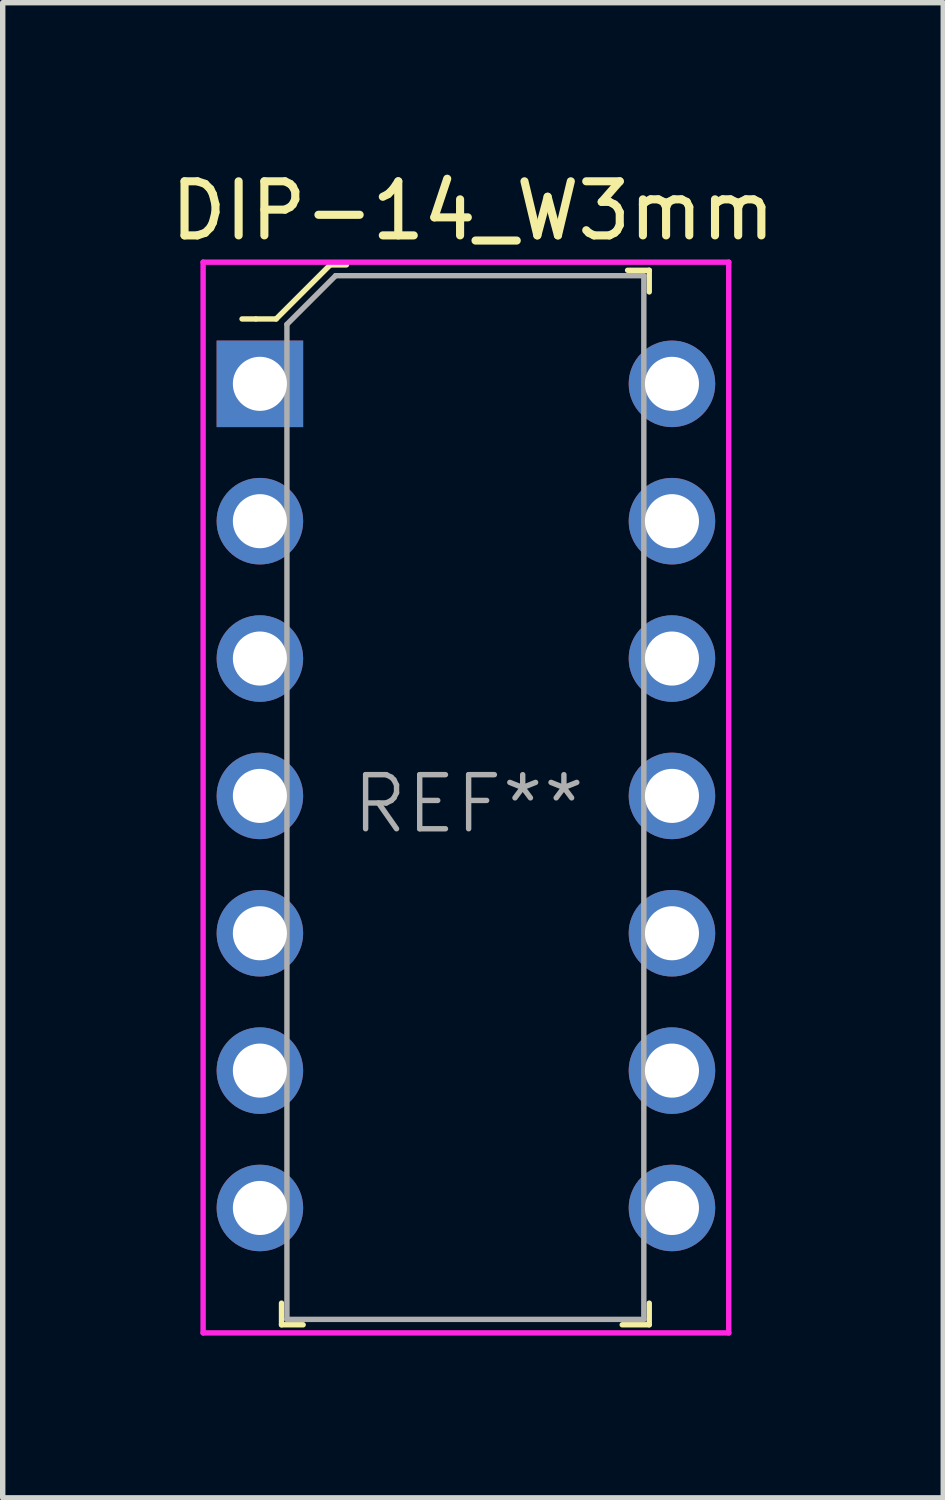
<source format=kicad_pcb>
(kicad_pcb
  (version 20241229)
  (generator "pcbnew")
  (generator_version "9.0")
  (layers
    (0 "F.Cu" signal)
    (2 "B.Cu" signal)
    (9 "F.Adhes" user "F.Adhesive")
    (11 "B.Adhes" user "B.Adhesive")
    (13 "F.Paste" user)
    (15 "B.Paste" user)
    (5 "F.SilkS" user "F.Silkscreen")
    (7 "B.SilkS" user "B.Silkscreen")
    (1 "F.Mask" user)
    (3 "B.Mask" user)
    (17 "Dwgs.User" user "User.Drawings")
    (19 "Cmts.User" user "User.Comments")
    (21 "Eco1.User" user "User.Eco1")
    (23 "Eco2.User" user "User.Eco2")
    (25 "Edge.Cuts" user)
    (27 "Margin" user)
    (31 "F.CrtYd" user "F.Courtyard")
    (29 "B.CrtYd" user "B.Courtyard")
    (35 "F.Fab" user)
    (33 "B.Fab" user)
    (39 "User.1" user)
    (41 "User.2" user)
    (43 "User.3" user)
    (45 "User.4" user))
  (footprint "DIP-14_W3mm"
    (layer "F.Cu")
    (at 1.756 4.048)
    (property "Reference" "DIP-14_W3mm" (at 3.94 -3.2 0) (layer "F.SilkS") (effects (font (size 1 1) (thickness 0.15))))
    (attr through_hole)
    (fp_line (start -0.08 -1.2) (end -0.33 -1.2) (stroke (width 0.1) (type solid)) (layer "F.SilkS"))
    (fp_line (start 0.3 -1.2) (end -0.07 -1.2) (stroke (width 0.1) (type solid)) (layer "F.SilkS"))
    (fp_line (start 0.4 17) (end 0.4 17.4) (stroke (width 0.1) (type solid)) (layer "F.SilkS"))
    (fp_line (start 0.4 17.4) (end 0.8 17.4) (stroke (width 0.1) (type solid)) (layer "F.SilkS"))
    (fp_line (start 1.3 -2.2) (end 0.3 -1.2) (stroke (width 0.1) (type solid)) (layer "F.SilkS"))
    (fp_line (start 1.6 -2.2) (end 1.3 -2.2) (stroke (width 0.1) (type solid)) (layer "F.SilkS"))
    (fp_line (start 6.7 17.4) (end 7.2 17.4) (stroke (width 0.1) (type solid)) (layer "F.SilkS"))
    (fp_line (start 7.2 -2.1) (end 6.8 -2.1) (stroke (width 0.1) (type solid)) (layer "F.SilkS"))
    (fp_line (start 7.2 -1.7) (end 7.2 -2.1) (stroke (width 0.1) (type solid)) (layer "F.SilkS"))
    (fp_line (start 7.2 17.4) (end 7.2 17) (stroke (width 0.1) (type solid)) (layer "F.SilkS"))
    (fp_line (start -1.05 -2.25) (end -1.05 17.55) (stroke (width 0.1) (type solid)) (layer "F.CrtYd"))
    (fp_line (start -1.05 -2.25) (end 8.67 -2.25) (stroke (width 0.1) (type solid)) (layer "F.CrtYd"))
    (fp_line (start -1.05 17.55) (end 8.67 17.55) (stroke (width 0.1) (type solid)) (layer "F.CrtYd"))
    (fp_line (start 8.67 17.55) (end 8.67 -2.25) (stroke (width 0.1) (type solid)) (layer "F.CrtYd"))
    (fp_line (start 0.5 -1.1) (end 0.5 17.3) (stroke (width 0.1) (type solid)) (layer "F.Fab"))
    (fp_line (start 0.5 -1.1) (end 1.4 -2) (stroke (width 0.1) (type solid)) (layer "F.Fab"))
    (fp_line (start 0.5 17.3) (end 7.1 17.3) (stroke (width 0.1) (type solid)) (layer "F.Fab"))
    (fp_line (start 1.4 -2) (end 7.1 -2) (stroke (width 0.1) (type solid)) (layer "F.Fab"))
    (fp_line (start 7.1 -2) (end 7.1 17.3) (stroke (width 0.1) (type solid)) (layer "F.Fab"))
    (fp_text user "REF**" (at 3.86 7.77 0) (layer "F.Fab") (effects (font (size 1 1) (thickness 0.1))))
    (pad "1" thru_hole rect (at 0 0) (size 1.6 1.6) (drill 1) (layers "*.Cu" "*.Mask"))
    (pad "2" thru_hole circle (at 0 2.54) (size 1.6 1.6) (drill 1) (layers "*.Cu" "*.Mask"))
    (pad "3" thru_hole circle (at 0 5.08) (size 1.6 1.6) (drill 1) (layers "*.Cu" "*.Mask"))
    (pad "4" thru_hole circle (at 0 7.62) (size 1.6 1.6) (drill 1) (layers "*.Cu" "*.Mask"))
    (pad "5" thru_hole circle (at 0 10.16) (size 1.6 1.6) (drill 1) (layers "*.Cu" "*.Mask"))
    (pad "6" thru_hole circle (at 0 12.7) (size 1.6 1.6) (drill 1) (layers "*.Cu" "*.Mask"))
    (pad "7" thru_hole circle (at 0 15.24) (size 1.6 1.6) (drill 1) (layers "*.Cu" "*.Mask"))
    (pad "8" thru_hole circle (at 7.62 15.24) (size 1.6 1.6) (drill 1) (layers "*.Cu" "*.Mask"))
    (pad "9" thru_hole circle (at 7.62 12.7) (size 1.6 1.6) (drill 1) (layers "*.Cu" "*.Mask"))
    (pad "10" thru_hole circle (at 7.62 10.16) (size 1.6 1.6) (drill 1) (layers "*.Cu" "*.Mask"))
    (pad "11" thru_hole circle (at 7.62 7.62) (size 1.6 1.6) (drill 1) (layers "*.Cu" "*.Mask"))
    (pad "12" thru_hole circle (at 7.62 5.08) (size 1.6 1.6) (drill 1) (layers "*.Cu" "*.Mask"))
    (pad "13" thru_hole circle (at 7.62 2.54) (size 1.6 1.6) (drill 1) (layers "*.Cu" "*.Mask"))
    (pad "14" thru_hole circle (at 7.62 0) (size 1.6 1.6) (drill 1) (layers "*.Cu" "*.Mask")))
  (gr_rect
    (start -3 -3)
    (end 14.393 24.648)
    (stroke (width 0.1) (type default))
    (fill no)
    (layer "Edge.Cuts")))
</source>
